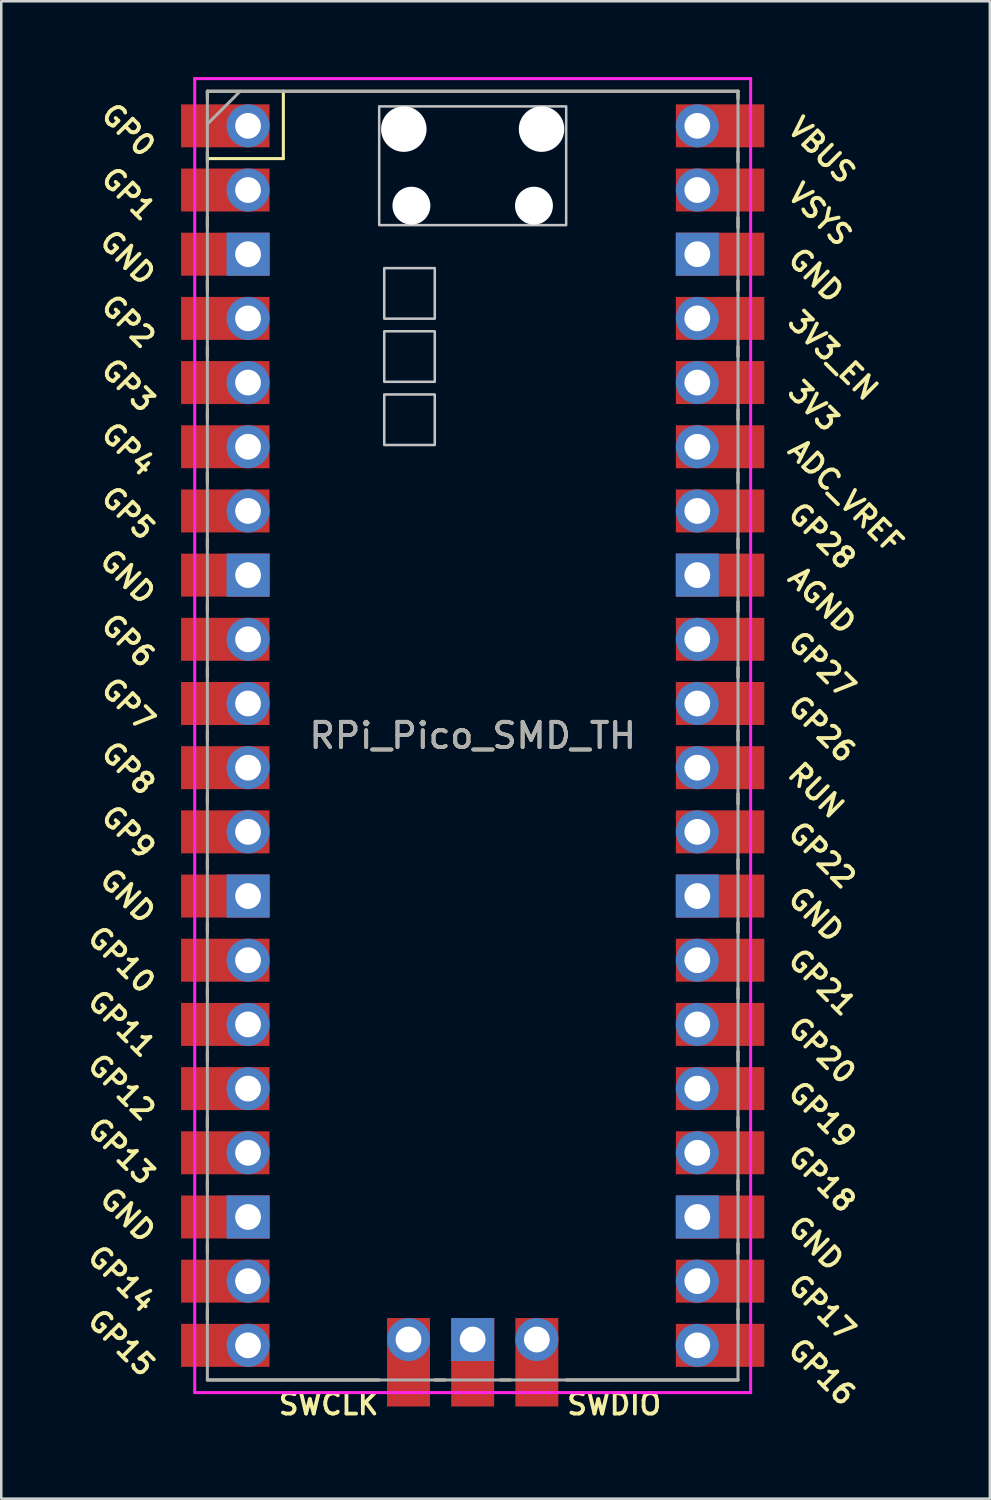
<source format=kicad_pcb>
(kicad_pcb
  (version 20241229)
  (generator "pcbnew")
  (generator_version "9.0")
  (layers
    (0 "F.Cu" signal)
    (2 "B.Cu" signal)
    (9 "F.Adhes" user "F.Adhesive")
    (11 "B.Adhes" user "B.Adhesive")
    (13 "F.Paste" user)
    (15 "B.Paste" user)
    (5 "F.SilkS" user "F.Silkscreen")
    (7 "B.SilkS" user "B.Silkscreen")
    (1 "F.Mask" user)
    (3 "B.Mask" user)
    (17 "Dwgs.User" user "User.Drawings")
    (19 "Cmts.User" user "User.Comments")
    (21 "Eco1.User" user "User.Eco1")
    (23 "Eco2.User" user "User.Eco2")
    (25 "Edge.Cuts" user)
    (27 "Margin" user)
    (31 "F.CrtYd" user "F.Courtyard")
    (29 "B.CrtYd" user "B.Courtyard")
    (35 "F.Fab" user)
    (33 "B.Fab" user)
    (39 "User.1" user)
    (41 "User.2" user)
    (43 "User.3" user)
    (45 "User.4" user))
  (footprint "RPi_Pico_SMD_TH"
    (layer "F.Cu")
    (at 15.656 26.06)
    (property "Reference" "RPi_Pico_SMD_TH" (at 0 0 0) (layer "F.SilkS") (effects (font (size 1 1) (thickness 0.15))))
    (attr through_hole)
    (fp_line (start -10.5 -25.5) (end -10.5 -25.2) (stroke (width 0.12) (type solid)) (layer "F.SilkS"))
    (fp_line (start -10.5 -25.5) (end 10.5 -25.5) (stroke (width 0.12) (type solid)) (layer "F.SilkS"))
    (fp_line (start -10.5 -23.1) (end -10.5 -22.7) (stroke (width 0.12) (type solid)) (layer "F.SilkS"))
    (fp_line (start -10.5 -22.833) (end -7.493 -22.833) (stroke (width 0.12) (type solid)) (layer "F.SilkS"))
    (fp_line (start -10.5 -20.5) (end -10.5 -20.1) (stroke (width 0.12) (type solid)) (layer "F.SilkS"))
    (fp_line (start -10.5 -18) (end -10.5 -17.6) (stroke (width 0.12) (type solid)) (layer "F.SilkS"))
    (fp_line (start -10.5 -15.4) (end -10.5 -15) (stroke (width 0.12) (type solid)) (layer "F.SilkS"))
    (fp_line (start -10.5 -12.9) (end -10.5 -12.5) (stroke (width 0.12) (type solid)) (layer "F.SilkS"))
    (fp_line (start -10.5 -10.4) (end -10.5 -10) (stroke (width 0.12) (type solid)) (layer "F.SilkS"))
    (fp_line (start -10.5 -7.8) (end -10.5 -7.4) (stroke (width 0.12) (type solid)) (layer "F.SilkS"))
    (fp_line (start -10.5 -5.3) (end -10.5 -4.9) (stroke (width 0.12) (type solid)) (layer "F.SilkS"))
    (fp_line (start -10.5 -2.7) (end -10.5 -2.3) (stroke (width 0.12) (type solid)) (layer "F.SilkS"))
    (fp_line (start -10.5 -0.2) (end -10.5 0.2) (stroke (width 0.12) (type solid)) (layer "F.SilkS"))
    (fp_line (start -10.5 2.3) (end -10.5 2.7) (stroke (width 0.12) (type solid)) (layer "F.SilkS"))
    (fp_line (start -10.5 4.9) (end -10.5 5.3) (stroke (width 0.12) (type solid)) (layer "F.SilkS"))
    (fp_line (start -10.5 7.4) (end -10.5 7.8) (stroke (width 0.12) (type solid)) (layer "F.SilkS"))
    (fp_line (start -10.5 10) (end -10.5 10.4) (stroke (width 0.12) (type solid)) (layer "F.SilkS"))
    (fp_line (start -10.5 12.5) (end -10.5 12.9) (stroke (width 0.12) (type solid)) (layer "F.SilkS"))
    (fp_line (start -10.5 15.1) (end -10.5 15.5) (stroke (width 0.12) (type solid)) (layer "F.SilkS"))
    (fp_line (start -10.5 17.6) (end -10.5 18) (stroke (width 0.12) (type solid)) (layer "F.SilkS"))
    (fp_line (start -10.5 20.1) (end -10.5 20.5) (stroke (width 0.12) (type solid)) (layer "F.SilkS"))
    (fp_line (start -10.5 22.7) (end -10.5 23.1) (stroke (width 0.12) (type solid)) (layer "F.SilkS"))
    (fp_line (start -7.493 -22.833) (end -7.493 -25.5) (stroke (width 0.12) (type solid)) (layer "F.SilkS"))
    (fp_line (start -3.7 25.5) (end -10.5 25.5) (stroke (width 0.12) (type solid)) (layer "F.SilkS"))
    (fp_line (start -1.5 25.5) (end -1.1 25.5) (stroke (width 0.12) (type solid)) (layer "F.SilkS"))
    (fp_line (start 1.1 25.5) (end 1.5 25.5) (stroke (width 0.12) (type solid)) (layer "F.SilkS"))
    (fp_line (start 10.5 -25.5) (end 10.5 -25.2) (stroke (width 0.12) (type solid)) (layer "F.SilkS"))
    (fp_line (start 10.5 -23.1) (end 10.5 -22.7) (stroke (width 0.12) (type solid)) (layer "F.SilkS"))
    (fp_line (start 10.5 -20.5) (end 10.5 -20.1) (stroke (width 0.12) (type solid)) (layer "F.SilkS"))
    (fp_line (start 10.5 -18) (end 10.5 -17.6) (stroke (width 0.12) (type solid)) (layer "F.SilkS"))
    (fp_line (start 10.5 -15.4) (end 10.5 -15) (stroke (width 0.12) (type solid)) (layer "F.SilkS"))
    (fp_line (start 10.5 -12.9) (end 10.5 -12.5) (stroke (width 0.12) (type solid)) (layer "F.SilkS"))
    (fp_line (start 10.5 -10.4) (end 10.5 -10) (stroke (width 0.12) (type solid)) (layer "F.SilkS"))
    (fp_line (start 10.5 -7.8) (end 10.5 -7.4) (stroke (width 0.12) (type solid)) (layer "F.SilkS"))
    (fp_line (start 10.5 -5.3) (end 10.5 -4.9) (stroke (width 0.12) (type solid)) (layer "F.SilkS"))
    (fp_line (start 10.5 -2.7) (end 10.5 -2.3) (stroke (width 0.12) (type solid)) (layer "F.SilkS"))
    (fp_line (start 10.5 -0.2) (end 10.5 0.2) (stroke (width 0.12) (type solid)) (layer "F.SilkS"))
    (fp_line (start 10.5 2.3) (end 10.5 2.7) (stroke (width 0.12) (type solid)) (layer "F.SilkS"))
    (fp_line (start 10.5 4.9) (end 10.5 5.3) (stroke (width 0.12) (type solid)) (layer "F.SilkS"))
    (fp_line (start 10.5 7.4) (end 10.5 7.8) (stroke (width 0.12) (type solid)) (layer "F.SilkS"))
    (fp_line (start 10.5 10) (end 10.5 10.4) (stroke (width 0.12) (type solid)) (layer "F.SilkS"))
    (fp_line (start 10.5 12.5) (end 10.5 12.9) (stroke (width 0.12) (type solid)) (layer "F.SilkS"))
    (fp_line (start 10.5 15.1) (end 10.5 15.5) (stroke (width 0.12) (type solid)) (layer "F.SilkS"))
    (fp_line (start 10.5 17.6) (end 10.5 18) (stroke (width 0.12) (type solid)) (layer "F.SilkS"))
    (fp_line (start 10.5 20.1) (end 10.5 20.5) (stroke (width 0.12) (type solid)) (layer "F.SilkS"))
    (fp_line (start 10.5 22.7) (end 10.5 23.1) (stroke (width 0.12) (type solid)) (layer "F.SilkS"))
    (fp_line (start 10.5 25.5) (end 3.7 25.5) (stroke (width 0.12) (type solid)) (layer "F.SilkS"))
    (fp_poly (pts (xy -1.5 -16.5) (xy -3.5 -16.5) (xy -3.5 -18.5) (xy -1.5 -18.5)) (stroke (width 0.1) (type solid)) (fill no) (layer "Dwgs.User"))
    (fp_poly (pts (xy -1.5 -14) (xy -3.5 -14) (xy -3.5 -16) (xy -1.5 -16)) (stroke (width 0.1) (type solid)) (fill no) (layer "Dwgs.User"))
    (fp_poly (pts (xy -1.5 -11.5) (xy -3.5 -11.5) (xy -3.5 -13.5) (xy -1.5 -13.5)) (stroke (width 0.1) (type solid)) (fill no) (layer "Dwgs.User"))
    (fp_poly (pts (xy 3.7 -20.2) (xy -3.7 -20.2) (xy -3.7 -24.9) (xy 3.7 -24.9)) (stroke (width 0.1) (type solid)) (fill no) (layer "Dwgs.User"))
    (fp_line (start -11 -26) (end 11 -26) (stroke (width 0.12) (type solid)) (layer "F.CrtYd"))
    (fp_line (start -11 26) (end -11 -26) (stroke (width 0.12) (type solid)) (layer "F.CrtYd"))
    (fp_line (start 11 -26) (end 11 26) (stroke (width 0.12) (type solid)) (layer "F.CrtYd"))
    (fp_line (start 11 26) (end -11 26) (stroke (width 0.12) (type solid)) (layer "F.CrtYd"))
    (fp_line (start -10.5 -25.5) (end 10.5 -25.5) (stroke (width 0.12) (type solid)) (layer "F.Fab"))
    (fp_line (start -10.5 -24.2) (end -9.2 -25.5) (stroke (width 0.12) (type solid)) (layer "F.Fab"))
    (fp_line (start -10.5 25.5) (end -10.5 -25.5) (stroke (width 0.12) (type solid)) (layer "F.Fab"))
    (fp_line (start 10.5 -25.5) (end 10.5 25.5) (stroke (width 0.12) (type solid)) (layer "F.Fab"))
    (fp_line (start 10.5 25.5) (end -10.5 25.5) (stroke (width 0.12) (type solid)) (layer "F.Fab"))
    (fp_text user "GP11" (at -12.725 12.568 315) (unlocked yes) (layer "F.SilkS") (effects (font (size 0.8 0.8) (thickness 0.15)) (justify right)))
    (fp_text user "GP1" (at -12.725 -20.537 315) (unlocked yes) (layer "F.SilkS") (effects (font (size 0.8 0.8) (thickness 0.15)) (justify right)))
    (fp_text user "3V3" (at 12.649 -13.894 315) (unlocked yes) (layer "F.SilkS") (effects (font (size 0.8 0.8) (thickness 0.15)) (justify left)))
    (fp_text user "3V3_EN" (at 12.649 -16.662 315) (unlocked yes) (layer "F.SilkS") (effects (font (size 0.8 0.8) (thickness 0.15)) (justify left)))
    (fp_text user "GP22" (at 12.649 3.556 315) (unlocked yes) (layer "F.SilkS") (effects (font (size 0.8 0.8) (thickness 0.15)) (justify left)))
    (fp_text user "GP28" (at 12.649 -9.074 315) (unlocked yes) (layer "F.SilkS") (effects (font (size 0.8 0.8) (thickness 0.15)) (justify left)))
    (fp_text user "GP7" (at -12.725 -0.331 315) (unlocked yes) (layer "F.SilkS") (effects (font (size 0.8 0.8) (thickness 0.15)) (justify right)))
    (fp_text user "GP27" (at 12.649 -3.985 315) (unlocked yes) (layer "F.SilkS") (effects (font (size 0.8 0.8) (thickness 0.15)) (justify left)))
    (fp_text user "GP18" (at 12.649 16.37 315) (unlocked yes) (layer "F.SilkS") (effects (font (size 0.8 0.8) (thickness 0.15)) (justify left)))
    (fp_text user "GP15" (at -12.725 25.197 315) (unlocked yes) (layer "F.SilkS") (effects (font (size 0.8 0.8) (thickness 0.15)) (justify right)))
    (fp_text user "GND" (at -12.725 19.903 315) (unlocked yes) (layer "F.SilkS") (effects (font (size 0.8 0.8) (thickness 0.15)) (justify right)))
    (fp_text user "GP13" (at -12.725 17.619 315) (unlocked yes) (layer "F.SilkS") (effects (font (size 0.8 0.8) (thickness 0.15)) (justify right)))
    (fp_text user "GND" (at 12.649 19.157 315) (unlocked yes) (layer "F.SilkS") (effects (font (size 0.8 0.8) (thickness 0.15)) (justify left)))
    (fp_text user "AGND" (at 12.649 -6.53 315) (unlocked yes) (layer "F.SilkS") (effects (font (size 0.8 0.8) (thickness 0.15)) (justify left)))
    (fp_text user "GP4" (at -12.725 -10.434 315) (unlocked yes) (layer "F.SilkS") (effects (font (size 0.8 0.8) (thickness 0.15)) (justify right)))
    (fp_text user "GP14" (at -12.725 22.671 315) (unlocked yes) (layer "F.SilkS") (effects (font (size 0.8 0.8) (thickness 0.15)) (justify right)))
    (fp_text user "ADC_VREF" (at 12.649 -11.582 315) (unlocked yes) (layer "F.SilkS") (effects (font (size 0.8 0.8) (thickness 0.15)) (justify left)))
    (fp_text user "GP2" (at -12.725 -15.486 315) (unlocked yes) (layer "F.SilkS") (effects (font (size 0.8 0.8) (thickness 0.15)) (justify right)))
    (fp_text user "VSYS" (at 12.649 -21.715 315) (unlocked yes) (layer "F.SilkS") (effects (font (size 0.8 0.8) (thickness 0.15)) (justify left)))
    (fp_text user "GP9" (at -12.725 4.721 315) (unlocked yes) (layer "F.SilkS") (effects (font (size 0.8 0.8) (thickness 0.15)) (justify right)))
    (fp_text user "SWDIO" (at 5.6 26.467 0) (layer "F.SilkS") (effects (font (size 0.8 0.8) (thickness 0.15))))
    (fp_text user "GP26" (at 12.649 -1.441 315) (unlocked yes) (layer "F.SilkS") (effects (font (size 0.8 0.8) (thickness 0.15)) (justify left)))
    (fp_text user "GP19" (at 12.649 13.825 315) (unlocked yes) (layer "F.SilkS") (effects (font (size 0.8 0.8) (thickness 0.15)) (justify left)))
    (fp_text user "GP0" (at -12.725 -23.063 315) (unlocked yes) (layer "F.SilkS") (effects (font (size 0.8 0.8) (thickness 0.15)) (justify right)))
    (fp_text user "GND" (at 12.649 -19.152 315) (unlocked yes) (layer "F.SilkS") (effects (font (size 0.8 0.8) (thickness 0.15)) (justify left)))
    (fp_text user "RUN" (at 12.649 1.219 315) (unlocked yes) (layer "F.SilkS") (effects (font (size 0.8 0.8) (thickness 0.15)) (justify left)))
    (fp_text user "GP17" (at 12.649 21.459 315) (unlocked yes) (layer "F.SilkS") (effects (font (size 0.8 0.8) (thickness 0.15)) (justify left)))
    (fp_text user "SWCLK" (at -5.7 26.467 0) (layer "F.SilkS") (effects (font (size 0.8 0.8) (thickness 0.15))))
    (fp_text user "VBUS" (at 12.649 -24.327 315) (unlocked yes) (layer "F.SilkS") (effects (font (size 0.8 0.8) (thickness 0.15)) (justify left)))
    (fp_text user "GND" (at 12.649 6.147 315) (unlocked yes) (layer "F.SilkS") (effects (font (size 0.8 0.8) (thickness 0.15)) (justify left)))
    (fp_text user "GP6" (at -12.725 -2.857 315) (unlocked yes) (layer "F.SilkS") (effects (font (size 0.8 0.8) (thickness 0.15)) (justify right)))
    (fp_text user "GP12" (at -12.725 15.094 315) (unlocked yes) (layer "F.SilkS") (effects (font (size 0.8 0.8) (thickness 0.15)) (justify right)))
    (fp_text user "GP21" (at 12.649 8.585 315) (unlocked yes) (layer "F.SilkS") (effects (font (size 0.8 0.8) (thickness 0.15)) (justify left)))
    (fp_text user "GP8" (at -12.725 2.195 315) (unlocked yes) (layer "F.SilkS") (effects (font (size 0.8 0.8) (thickness 0.15)) (justify right)))
    (fp_text user "GP5" (at -12.725 -7.908 315) (unlocked yes) (layer "F.SilkS") (effects (font (size 0.8 0.8) (thickness 0.15)) (justify right)))
    (fp_text user "GP20" (at 12.649 11.281 315) (unlocked yes) (layer "F.SilkS") (effects (font (size 0.8 0.8) (thickness 0.15)) (justify left)))
    (fp_text user "GP10" (at -12.725 10.042 315) (unlocked yes) (layer "F.SilkS") (effects (font (size 0.8 0.8) (thickness 0.15)) (justify right)))
    (fp_text user "GP16" (at 12.649 24.003 315) (unlocked yes) (layer "F.SilkS") (effects (font (size 0.8 0.8) (thickness 0.15)) (justify left)))
    (fp_text user "GND" (at -12.725 7.274 315) (unlocked yes) (layer "F.SilkS") (effects (font (size 0.8 0.8) (thickness 0.15)) (justify right)))
    (fp_text user "GND" (at -12.725 -5.356 315) (unlocked yes) (layer "F.SilkS") (effects (font (size 0.8 0.8) (thickness 0.15)) (justify right)))
    (fp_text user "GP3" (at -12.725 -12.96 315) (unlocked yes) (layer "F.SilkS") (effects (font (size 0.8 0.8) (thickness 0.15)) (justify right)))
    (fp_text user "GND" (at -12.725 -17.985 315) (unlocked yes) (layer "F.SilkS") (effects (font (size 0.8 0.8) (thickness 0.15)) (justify right)))
    (fp_text user "${REFERENCE}" (at 0 0 180) (layer "F.Fab") (effects (font (size 1 1) (thickness 0.15))))
    (pad "" np_thru_hole oval (at -2.725 -24) (size 1.8 1.8) (drill 1.8) (layers "*.Cu" "*.Mask"))
    (pad "" np_thru_hole oval (at -2.425 -20.97) (size 1.5 1.5) (drill 1.5) (layers "*.Cu" "*.Mask"))
    (pad "" np_thru_hole oval (at 2.425 -20.97) (size 1.5 1.5) (drill 1.5) (layers "*.Cu" "*.Mask"))
    (pad "" np_thru_hole oval (at 2.725 -24) (size 1.8 1.8) (drill 1.8) (layers "*.Cu" "*.Mask"))
    (pad "1" thru_hole oval (at -8.89 -24.13) (size 1.7 1.7) (drill 1.02) (layers "*.Cu" "*.Mask"))
    (pad "1" smd rect (at -8.89 -24.13) (size 3.5 1.7) (drill (offset -0.9 0)) (layers "F.Cu" "F.Mask"))
    (pad "2" thru_hole oval (at -8.89 -21.59) (size 1.7 1.7) (drill 1.02) (layers "*.Cu" "*.Mask"))
    (pad "2" smd rect (at -8.89 -21.59) (size 3.5 1.7) (drill (offset -0.9 0)) (layers "F.Cu" "F.Mask"))
    (pad "3" thru_hole rect (at -8.89 -19.05) (size 1.7 1.7) (drill 1.02) (layers "*.Cu" "*.Mask"))
    (pad "3" smd rect (at -8.89 -19.05) (size 3.5 1.7) (drill (offset -0.9 0)) (layers "F.Cu" "F.Mask"))
    (pad "4" thru_hole oval (at -8.89 -16.51) (size 1.7 1.7) (drill 1.02) (layers "*.Cu" "*.Mask"))
    (pad "4" smd rect (at -8.89 -16.51) (size 3.5 1.7) (drill (offset -0.9 0)) (layers "F.Cu" "F.Mask"))
    (pad "5" thru_hole oval (at -8.89 -13.97) (size 1.7 1.7) (drill 1.02) (layers "*.Cu" "*.Mask"))
    (pad "5" smd rect (at -8.89 -13.97) (size 3.5 1.7) (drill (offset -0.9 0)) (layers "F.Cu" "F.Mask"))
    (pad "6" thru_hole oval (at -8.89 -11.43) (size 1.7 1.7) (drill 1.02) (layers "*.Cu" "*.Mask"))
    (pad "6" smd rect (at -8.89 -11.43) (size 3.5 1.7) (drill (offset -0.9 0)) (layers "F.Cu" "F.Mask"))
    (pad "7" thru_hole oval (at -8.89 -8.89) (size 1.7 1.7) (drill 1.02) (layers "*.Cu" "*.Mask"))
    (pad "7" smd rect (at -8.89 -8.89) (size 3.5 1.7) (drill (offset -0.9 0)) (layers "F.Cu" "F.Mask"))
    (pad "8" thru_hole rect (at -8.89 -6.35) (size 1.7 1.7) (drill 1.02) (layers "*.Cu" "*.Mask"))
    (pad "8" smd rect (at -8.89 -6.35) (size 3.5 1.7) (drill (offset -0.9 0)) (layers "F.Cu" "F.Mask"))
    (pad "9" thru_hole oval (at -8.89 -3.81) (size 1.7 1.7) (drill 1.02) (layers "*.Cu" "*.Mask"))
    (pad "9" smd rect (at -8.89 -3.81) (size 3.5 1.7) (drill (offset -0.9 0)) (layers "F.Cu" "F.Mask"))
    (pad "10" thru_hole oval (at -8.89 -1.27) (size 1.7 1.7) (drill 1.02) (layers "*.Cu" "*.Mask"))
    (pad "10" smd rect (at -8.89 -1.27) (size 3.5 1.7) (drill (offset -0.9 0)) (layers "F.Cu" "F.Mask"))
    (pad "11" thru_hole oval (at -8.89 1.27) (size 1.7 1.7) (drill 1.02) (layers "*.Cu" "*.Mask"))
    (pad "11" smd rect (at -8.89 1.27) (size 3.5 1.7) (drill (offset -0.9 0)) (layers "F.Cu" "F.Mask"))
    (pad "12" thru_hole oval (at -8.89 3.81) (size 1.7 1.7) (drill 1.02) (layers "*.Cu" "*.Mask"))
    (pad "12" smd rect (at -8.89 3.81) (size 3.5 1.7) (drill (offset -0.9 0)) (layers "F.Cu" "F.Mask"))
    (pad "13" thru_hole rect (at -8.89 6.35) (size 1.7 1.7) (drill 1.02) (layers "*.Cu" "*.Mask"))
    (pad "13" smd rect (at -8.89 6.35) (size 3.5 1.7) (drill (offset -0.9 0)) (layers "F.Cu" "F.Mask"))
    (pad "14" thru_hole oval (at -8.89 8.89) (size 1.7 1.7) (drill 1.02) (layers "*.Cu" "*.Mask"))
    (pad "14" smd rect (at -8.89 8.89) (size 3.5 1.7) (drill (offset -0.9 0)) (layers "F.Cu" "F.Mask"))
    (pad "15" thru_hole oval (at -8.89 11.43) (size 1.7 1.7) (drill 1.02) (layers "*.Cu" "*.Mask"))
    (pad "15" smd rect (at -8.89 11.43) (size 3.5 1.7) (drill (offset -0.9 0)) (layers "F.Cu" "F.Mask"))
    (pad "16" thru_hole oval (at -8.89 13.97) (size 1.7 1.7) (drill 1.02) (layers "*.Cu" "*.Mask"))
    (pad "16" smd rect (at -8.89 13.97) (size 3.5 1.7) (drill (offset -0.9 0)) (layers "F.Cu" "F.Mask"))
    (pad "17" thru_hole oval (at -8.89 16.51) (size 1.7 1.7) (drill 1.02) (layers "*.Cu" "*.Mask"))
    (pad "17" smd rect (at -8.89 16.51) (size 3.5 1.7) (drill (offset -0.9 0)) (layers "F.Cu" "F.Mask"))
    (pad "18" thru_hole rect (at -8.89 19.05) (size 1.7 1.7) (drill 1.02) (layers "*.Cu" "*.Mask"))
    (pad "18" smd rect (at -8.89 19.05) (size 3.5 1.7) (drill (offset -0.9 0)) (layers "F.Cu" "F.Mask"))
    (pad "19" thru_hole oval (at -8.89 21.59) (size 1.7 1.7) (drill 1.02) (layers "*.Cu" "*.Mask"))
    (pad "19" smd rect (at -8.89 21.59) (size 3.5 1.7) (drill (offset -0.9 0)) (layers "F.Cu" "F.Mask"))
    (pad "20" thru_hole oval (at -8.89 24.13) (size 1.7 1.7) (drill 1.02) (layers "*.Cu" "*.Mask"))
    (pad "20" smd rect (at -8.89 24.13) (size 3.5 1.7) (drill (offset -0.9 0)) (layers "F.Cu" "F.Mask"))
    (pad "21" thru_hole oval (at 8.89 24.13) (size 1.7 1.7) (drill 1.02) (layers "*.Cu" "*.Mask"))
    (pad "21" smd rect (at 8.89 24.13) (size 3.5 1.7) (drill (offset 0.9 0)) (layers "F.Cu" "F.Mask"))
    (pad "22" thru_hole oval (at 8.89 21.59) (size 1.7 1.7) (drill 1.02) (layers "*.Cu" "*.Mask"))
    (pad "22" smd rect (at 8.89 21.59) (size 3.5 1.7) (drill (offset 0.9 0)) (layers "F.Cu" "F.Mask"))
    (pad "23" thru_hole rect (at 8.89 19.05) (size 1.7 1.7) (drill 1.02) (layers "*.Cu" "*.Mask"))
    (pad "23" smd rect (at 8.89 19.05) (size 3.5 1.7) (drill (offset 0.9 0)) (layers "F.Cu" "F.Mask"))
    (pad "24" thru_hole oval (at 8.89 16.51) (size 1.7 1.7) (drill 1.02) (layers "*.Cu" "*.Mask"))
    (pad "24" smd rect (at 8.89 16.51) (size 3.5 1.7) (drill (offset 0.9 0)) (layers "F.Cu" "F.Mask"))
    (pad "25" thru_hole oval (at 8.89 13.97) (size 1.7 1.7) (drill 1.02) (layers "*.Cu" "*.Mask"))
    (pad "25" smd rect (at 8.89 13.97) (size 3.5 1.7) (drill (offset 0.9 0)) (layers "F.Cu" "F.Mask"))
    (pad "26" thru_hole oval (at 8.89 11.43) (size 1.7 1.7) (drill 1.02) (layers "*.Cu" "*.Mask"))
    (pad "26" smd rect (at 8.89 11.43) (size 3.5 1.7) (drill (offset 0.9 0)) (layers "F.Cu" "F.Mask"))
    (pad "27" thru_hole oval (at 8.89 8.89) (size 1.7 1.7) (drill 1.02) (layers "*.Cu" "*.Mask"))
    (pad "27" smd rect (at 8.89 8.89) (size 3.5 1.7) (drill (offset 0.9 0)) (layers "F.Cu" "F.Mask"))
    (pad "28" thru_hole rect (at 8.89 6.35) (size 1.7 1.7) (drill 1.02) (layers "*.Cu" "*.Mask"))
    (pad "28" smd rect (at 8.89 6.35) (size 3.5 1.7) (drill (offset 0.9 0)) (layers "F.Cu" "F.Mask"))
    (pad "29" thru_hole oval (at 8.89 3.81) (size 1.7 1.7) (drill 1.02) (layers "*.Cu" "*.Mask"))
    (pad "29" smd rect (at 8.89 3.81) (size 3.5 1.7) (drill (offset 0.9 0)) (layers "F.Cu" "F.Mask"))
    (pad "30" thru_hole oval (at 8.89 1.27) (size 1.7 1.7) (drill 1.02) (layers "*.Cu" "*.Mask"))
    (pad "30" smd rect (at 8.89 1.27) (size 3.5 1.7) (drill (offset 0.9 0)) (layers "F.Cu" "F.Mask"))
    (pad "31" thru_hole oval (at 8.89 -1.27) (size 1.7 1.7) (drill 1.02) (layers "*.Cu" "*.Mask"))
    (pad "31" smd rect (at 8.89 -1.27) (size 3.5 1.7) (drill (offset 0.9 0)) (layers "F.Cu" "F.Mask"))
    (pad "32" thru_hole oval (at 8.89 -3.81) (size 1.7 1.7) (drill 1.02) (layers "*.Cu" "*.Mask"))
    (pad "32" smd rect (at 8.89 -3.81) (size 3.5 1.7) (drill (offset 0.9 0)) (layers "F.Cu" "F.Mask"))
    (pad "33" thru_hole rect (at 8.89 -6.35) (size 1.7 1.7) (drill 1.02) (layers "*.Cu" "*.Mask"))
    (pad "33" smd rect (at 8.89 -6.35) (size 3.5 1.7) (drill (offset 0.9 0)) (layers "F.Cu" "F.Mask"))
    (pad "34" thru_hole oval (at 8.89 -8.89) (size 1.7 1.7) (drill 1.02) (layers "*.Cu" "*.Mask"))
    (pad "34" smd rect (at 8.89 -8.89) (size 3.5 1.7) (drill (offset 0.9 0)) (layers "F.Cu" "F.Mask"))
    (pad "35" thru_hole oval (at 8.89 -11.43) (size 1.7 1.7) (drill 1.02) (layers "*.Cu" "*.Mask"))
    (pad "35" smd rect (at 8.89 -11.43) (size 3.5 1.7) (drill (offset 0.9 0)) (layers "F.Cu" "F.Mask"))
    (pad "36" thru_hole oval (at 8.89 -13.97) (size 1.7 1.7) (drill 1.02) (layers "*.Cu" "*.Mask"))
    (pad "36" smd rect (at 8.89 -13.97) (size 3.5 1.7) (drill (offset 0.9 0)) (layers "F.Cu" "F.Mask"))
    (pad "37" thru_hole oval (at 8.89 -16.51) (size 1.7 1.7) (drill 1.02) (layers "*.Cu" "*.Mask"))
    (pad "37" smd rect (at 8.89 -16.51) (size 3.5 1.7) (drill (offset 0.9 0)) (layers "F.Cu" "F.Mask"))
    (pad "38" thru_hole rect (at 8.89 -19.05) (size 1.7 1.7) (drill 1.02) (layers "*.Cu" "*.Mask"))
    (pad "38" smd rect (at 8.89 -19.05) (size 3.5 1.7) (drill (offset 0.9 0)) (layers "F.Cu" "F.Mask"))
    (pad "39" thru_hole oval (at 8.89 -21.59) (size 1.7 1.7) (drill 1.02) (layers "*.Cu" "*.Mask"))
    (pad "39" smd rect (at 8.89 -21.59) (size 3.5 1.7) (drill (offset 0.9 0)) (layers "F.Cu" "F.Mask"))
    (pad "40" thru_hole oval (at 8.89 -24.13) (size 1.7 1.7) (drill 1.02) (layers "*.Cu" "*.Mask"))
    (pad "40" smd rect (at 8.89 -24.13) (size 3.5 1.7) (drill (offset 0.9 0)) (layers "F.Cu" "F.Mask"))
    (pad "41" thru_hole oval (at -2.54 23.9) (size 1.7 1.7) (drill 1.02) (layers "*.Cu" "*.Mask"))
    (pad "41" smd rect (at -2.54 23.9 90) (size 3.5 1.7) (drill (offset -0.9 0)) (layers "F.Cu" "F.Mask"))
    (pad "42" thru_hole rect (at 0 23.9) (size 1.7 1.7) (drill 1.02) (layers "*.Cu" "*.Mask"))
    (pad "42" smd rect (at 0 23.9 90) (size 3.5 1.7) (drill (offset -0.9 0)) (layers "F.Cu" "F.Mask"))
    (pad "43" thru_hole oval (at 2.54 23.9) (size 1.7 1.7) (drill 1.02) (layers "*.Cu" "*.Mask"))
    (pad "43" smd rect (at 2.54 23.9 90) (size 3.5 1.7) (drill (offset -0.9 0)) (layers "F.Cu" "F.Mask")))
  (gr_rect
    (start -3 -3)
    (end 36.122 56.258)
    (stroke (width 0.1) (type default))
    (fill no)
    (layer "Edge.Cuts")))
</source>
